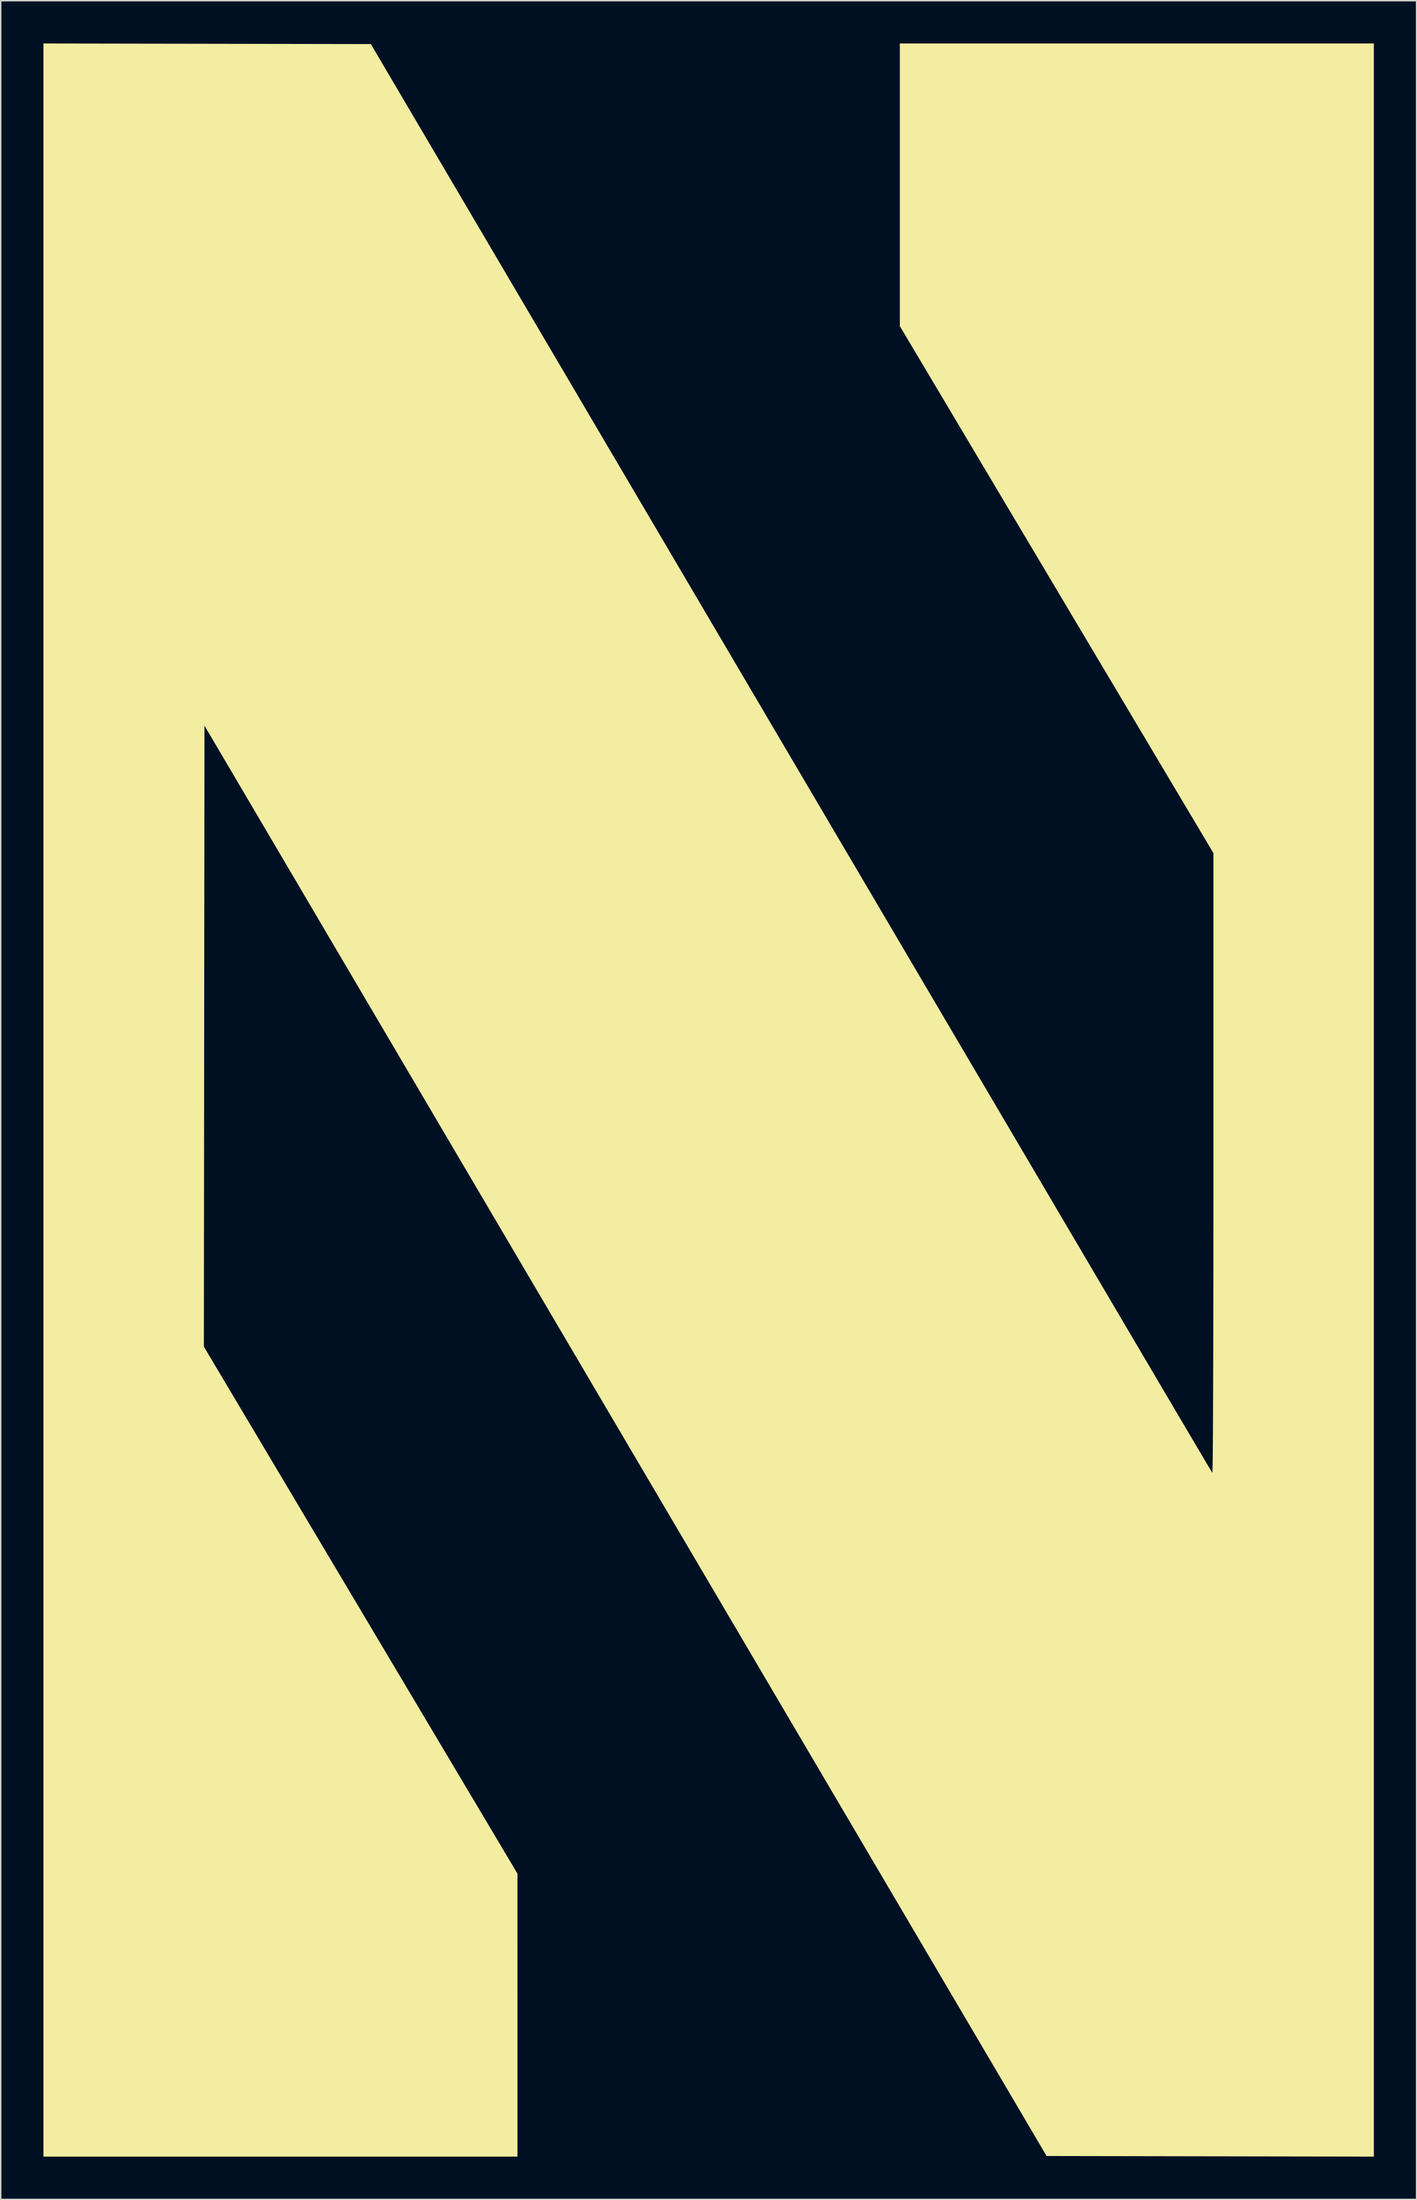
<source format=kicad_pcb>
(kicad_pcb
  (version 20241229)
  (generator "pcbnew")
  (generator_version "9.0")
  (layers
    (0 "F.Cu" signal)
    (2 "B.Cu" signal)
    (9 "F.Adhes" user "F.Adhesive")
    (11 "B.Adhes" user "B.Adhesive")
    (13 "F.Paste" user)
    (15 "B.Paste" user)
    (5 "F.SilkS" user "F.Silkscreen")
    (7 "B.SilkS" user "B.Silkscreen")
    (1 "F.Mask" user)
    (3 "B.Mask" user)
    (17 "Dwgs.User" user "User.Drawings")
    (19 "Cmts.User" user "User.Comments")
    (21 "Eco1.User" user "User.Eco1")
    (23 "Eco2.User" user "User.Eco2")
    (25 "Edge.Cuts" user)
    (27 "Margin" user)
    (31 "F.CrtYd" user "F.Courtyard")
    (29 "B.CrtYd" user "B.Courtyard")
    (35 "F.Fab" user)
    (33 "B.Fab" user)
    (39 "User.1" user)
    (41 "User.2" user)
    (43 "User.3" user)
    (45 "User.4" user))
  (footprint "NU N"
    (layer "F.Cu")
    (at 46.821 74.253)
    (property "Reference" "NU N" (at 0 0 0) (layer "F.SilkS") (effects (font (size 1.5 1.5) (thickness 0.3))))
    (attr board_only exclude_from_pos_files exclude_from_bom)
    (fp_poly (pts (xy -35.329 -74.232) (xy -23.837 -74.21) (xy -20.272 -68.157) (xy -17.539 -63.517) (xy -14.891 -59.021) (xy -12.327 -54.668) (xy -9.845 -50.454) (xy -7.445 -46.378) (xy -5.125 -42.439) (xy -2.883 -38.634) (xy -0.72 -34.961) (xy 1.367 -31.418) (xy 3.378 -28.003) (xy 5.315 -24.715) (xy 7.179 -21.551) (xy 8.97 -18.51) (xy 10.691 -15.589) (xy 12.342 -12.787) (xy 13.924 -10.101) (xy 15.439 -7.53) (xy 16.887 -5.071) (xy 18.27 -2.723) (xy 19.59 -0.484) (xy 20.846 1.649) (xy 22.041 3.676) (xy 23.175 5.601) (xy 24.25 7.425) (xy 25.266 9.15) (xy 26.226 10.778) (xy 27.129 12.311) (xy 27.978 13.75) (xy 28.773 15.099) (xy 29.516 16.359) (xy 30.207 17.531) (xy 30.848 18.618) (xy 31.44 19.622) (xy 31.984 20.545) (xy 32.482 21.388) (xy 32.934 22.154) (xy 33.342 22.844) (xy 33.706 23.461) (xy 34.028 24.006) (xy 34.31 24.482) (xy 34.551 24.89) (xy 34.754 25.233) (xy 34.919 25.511) (xy 35.049 25.728) (xy 35.142 25.886) (xy 35.202 25.985) (xy 35.229 26.028) (xy 35.231 26.031) (xy 35.238 25.955) (xy 35.245 25.715) (xy 35.252 25.318) (xy 35.258 24.769) (xy 35.264 24.073) (xy 35.27 23.238) (xy 35.275 22.267) (xy 35.28 21.168) (xy 35.285 19.945) (xy 35.289 18.606) (xy 35.293 17.155) (xy 35.296 15.598) (xy 35.299 13.941) (xy 35.302 12.19) (xy 35.303 10.351) (xy 35.305 8.429) (xy 35.306 6.43) (xy 35.306 4.361) (xy 35.306 4.331) (xy 35.306 -17.449) (xy 24.299 -35.936) (xy 13.293 -54.423) (xy 13.293 -64.338) (xy 13.293 -74.253) (xy 29.93 -74.253) (xy 46.567 -74.253) (xy 46.567 -0.127) (xy 46.567 73.999) (xy 35.08 73.978) (xy 23.593 73.956) (xy -5.962 23.781) (xy -35.518 -26.394) (xy -35.539 -4.61) (xy -35.56 17.175) (xy -24.554 35.66) (xy -13.549 54.144) (xy -13.548 64.072) (xy -13.547 73.999) (xy -30.184 73.999) (xy -46.821 73.999) (xy -46.821 -0.127) (xy -46.821 -74.253)) (stroke (width 0) (type solid)) (fill yes) (layer "F.SilkS")))
  (gr_rect
    (start -3 -3)
    (end 96.387 151.253)
    (stroke (width 0.1) (type default))
    (fill no)
    (layer "Edge.Cuts")))
</source>
